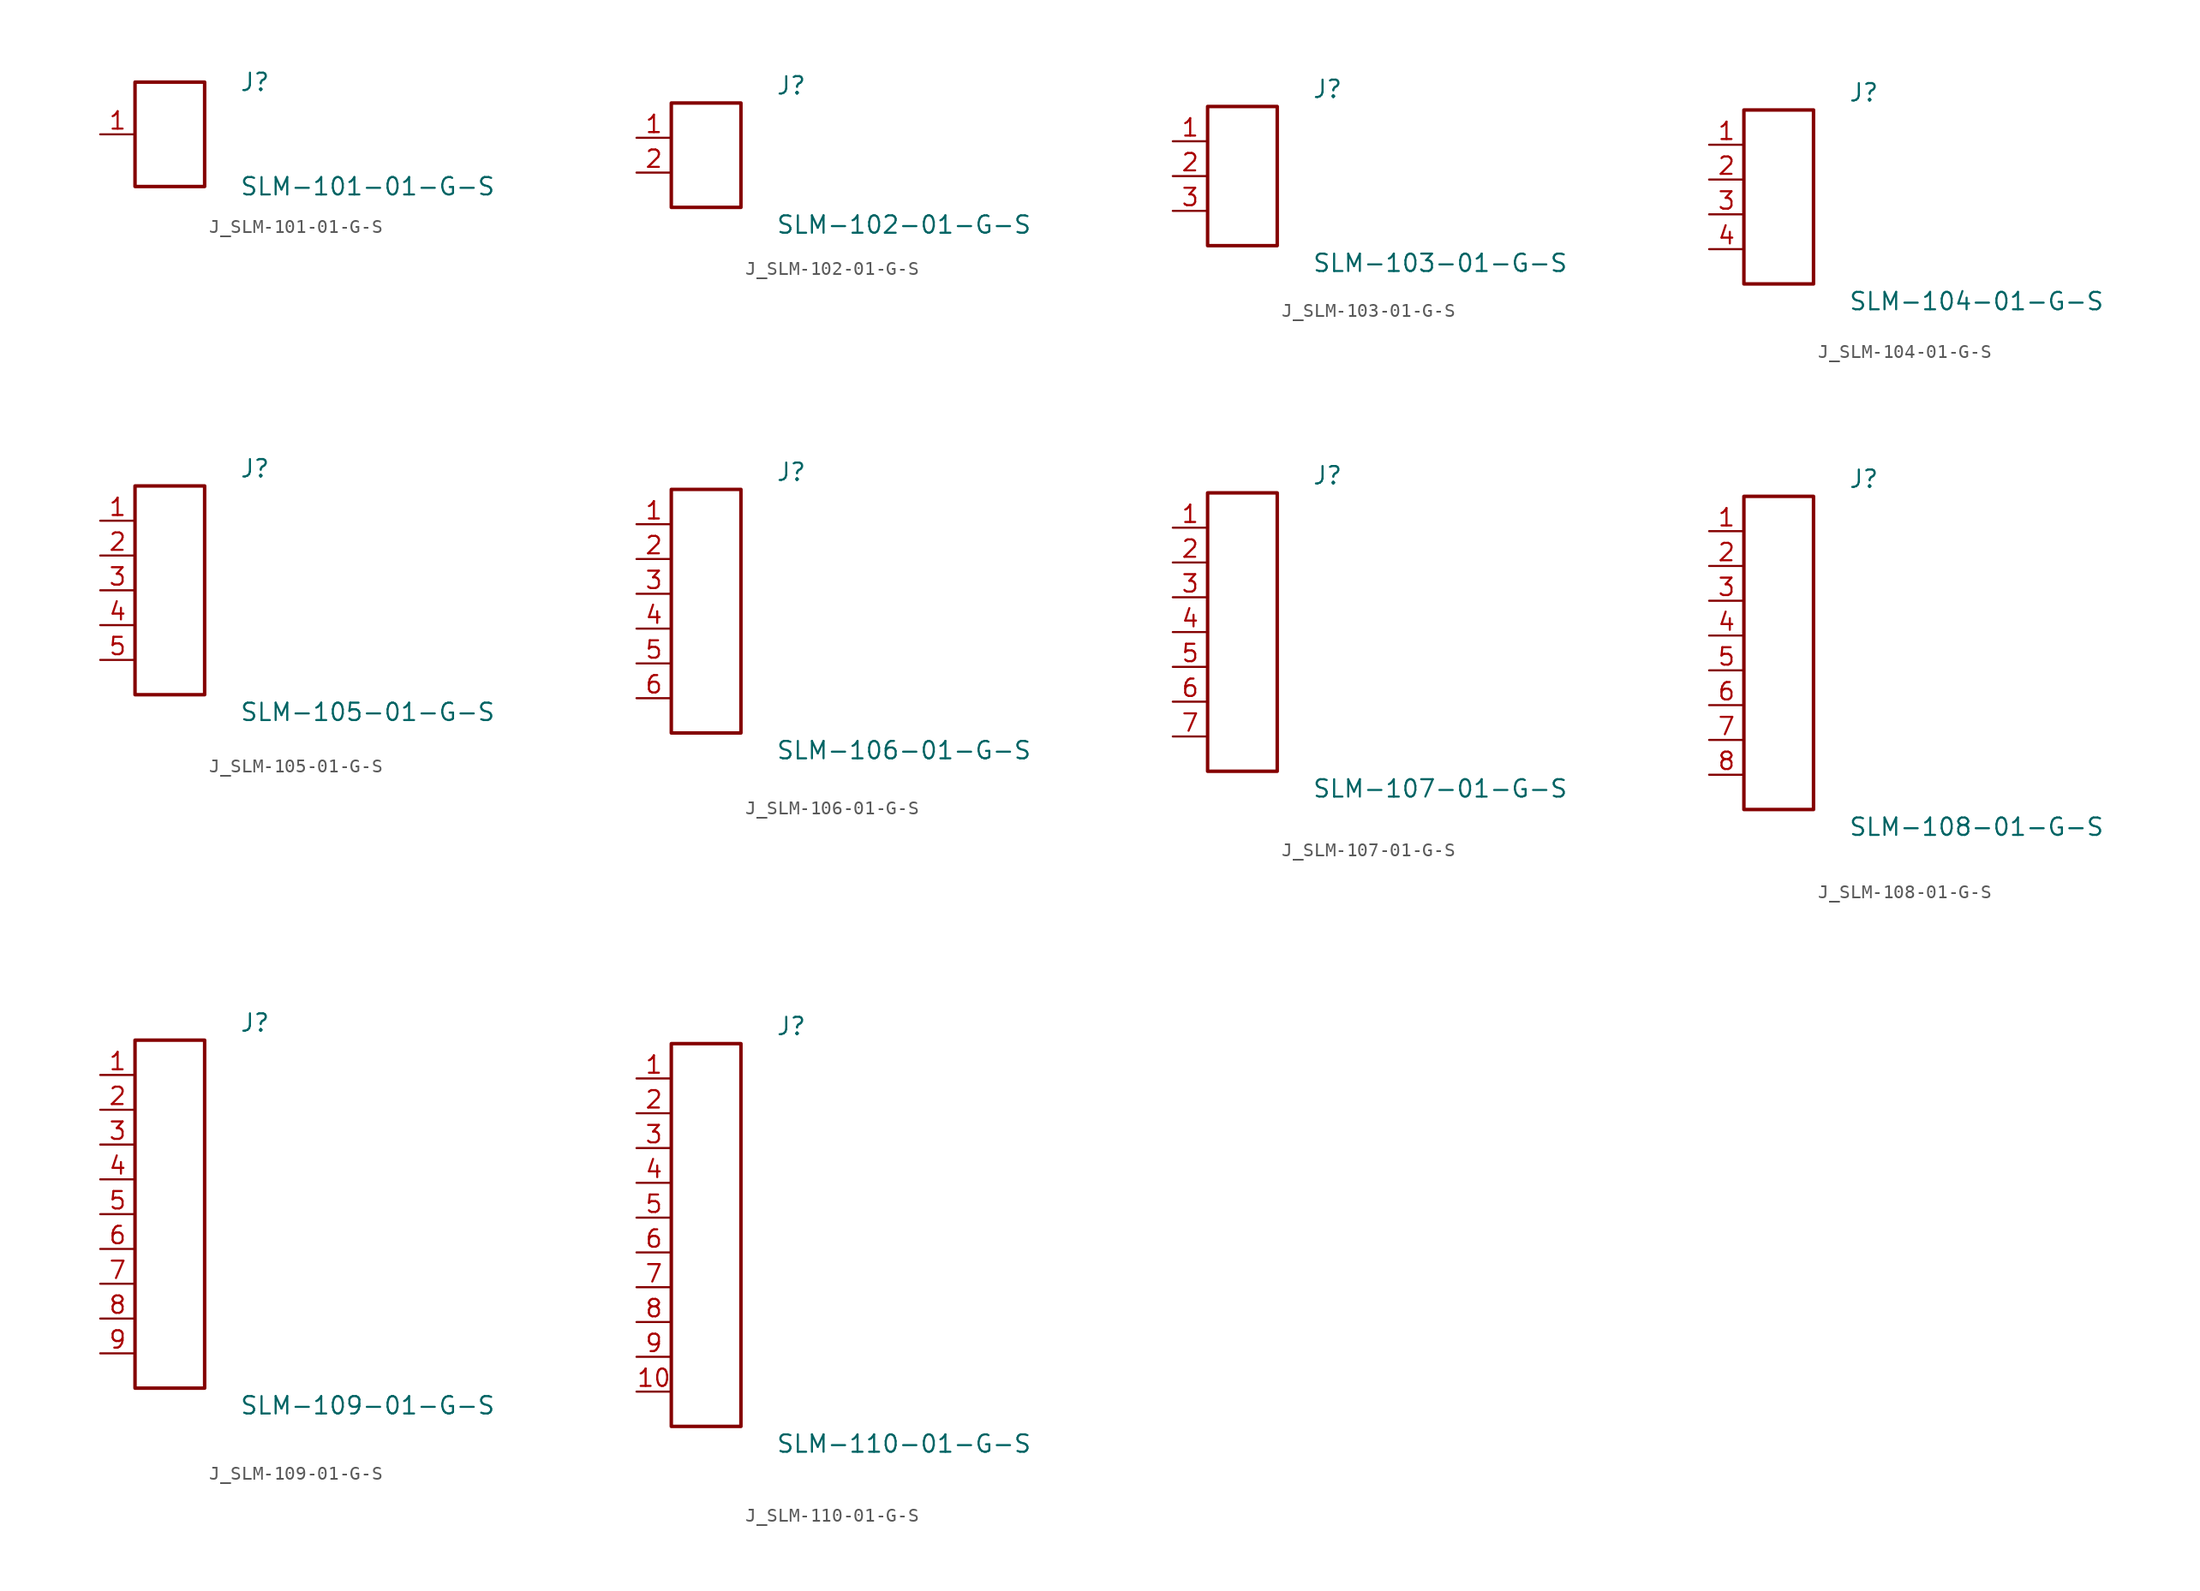
<source format=kicad_sym>
(kicad_symbol_lib
  (version 20231120)
  (generator kicad_symbol_editor)
  (generator_version 8.0)
  (symbol "J_SLM-101-01-G-S"
    (pin_names
      (offset 0.254))
    (property "Reference" "J"
      (at 5.08 3.81 0)
      (effects (font (size 1.27 1.27)) (justify left)))
    (property "Value" "SLM-101-01-G-S"
      (at 5.08 -3.81 0)
      (effects (font (size 1.27 1.27)) (justify left)))
    (symbol "J_SLM-101-01-G-S_0_0"
      (pin passive line (at -5.08 0.0 0) (length 2.54) (name "" (effects (font (size 1.27 1.27)))) (number "1" (effects (font (size 1.27 1.27))))))
    (symbol "J_SLM-101-01-G-S_1_0"
      (rectangle (start -2.54 3.81) (end 2.54 -3.81) (stroke (width 0.254) (type solid)) (fill (type none)))))
  (symbol "J_SLM-102-01-G-S"
    (pin_names
      (offset 0.254))
    (property "Reference" "J"
      (at 5.08 5.08 0)
      (effects (font (size 1.27 1.27)) (justify left)))
    (property "Value" "SLM-102-01-G-S"
      (at 5.08 -5.08 0)
      (effects (font (size 1.27 1.27)) (justify left)))
    (symbol "J_SLM-102-01-G-S_0_0"
      (pin passive line (at -5.08 1.27 0) (length 2.54) (name "" (effects (font (size 1.27 1.27)))) (number "1" (effects (font (size 1.27 1.27)))))
      (pin passive line (at -5.08 -1.27 0) (length 2.54) (name "" (effects (font (size 1.27 1.27)))) (number "2" (effects (font (size 1.27 1.27))))))
    (symbol "J_SLM-102-01-G-S_1_0"
      (rectangle (start -2.54 3.81) (end 2.54 -3.81) (stroke (width 0.254) (type solid)) (fill (type none)))))
  (symbol "J_SLM-103-01-G-S"
    (pin_names
      (offset 0.254))
    (property "Reference" "J"
      (at 5.08 6.35 0)
      (effects (font (size 1.27 1.27)) (justify left)))
    (property "Value" "SLM-103-01-G-S"
      (at 5.08 -6.35 0)
      (effects (font (size 1.27 1.27)) (justify left)))
    (symbol "J_SLM-103-01-G-S_0_0"
      (pin passive line (at -5.08 2.54 0) (length 2.54) (name "" (effects (font (size 1.27 1.27)))) (number "1" (effects (font (size 1.27 1.27)))))
      (pin passive line (at -5.08 0.0 0) (length 2.54) (name "" (effects (font (size 1.27 1.27)))) (number "2" (effects (font (size 1.27 1.27)))))
      (pin passive line (at -5.08 -2.54 0) (length 2.54) (name "" (effects (font (size 1.27 1.27)))) (number "3" (effects (font (size 1.27 1.27))))))
    (symbol "J_SLM-103-01-G-S_1_0"
      (rectangle (start -2.54 5.08) (end 2.54 -5.08) (stroke (width 0.254) (type solid)) (fill (type none)))))
  (symbol "J_SLM-104-01-G-S"
    (pin_names
      (offset 0.254))
    (property "Reference" "J"
      (at 5.08 7.62 0)
      (effects (font (size 1.27 1.27)) (justify left)))
    (property "Value" "SLM-104-01-G-S"
      (at 5.08 -7.62 0)
      (effects (font (size 1.27 1.27)) (justify left)))
    (symbol "J_SLM-104-01-G-S_0_0"
      (pin passive line (at -5.08 3.81 0) (length 2.54) (name "" (effects (font (size 1.27 1.27)))) (number "1" (effects (font (size 1.27 1.27)))))
      (pin passive line (at -5.08 1.27 0) (length 2.54) (name "" (effects (font (size 1.27 1.27)))) (number "2" (effects (font (size 1.27 1.27)))))
      (pin passive line (at -5.08 -1.27 0) (length 2.54) (name "" (effects (font (size 1.27 1.27)))) (number "3" (effects (font (size 1.27 1.27)))))
      (pin passive line (at -5.08 -3.81 0) (length 2.54) (name "" (effects (font (size 1.27 1.27)))) (number "4" (effects (font (size 1.27 1.27))))))
    (symbol "J_SLM-104-01-G-S_1_0"
      (rectangle (start -2.54 6.35) (end 2.54 -6.35) (stroke (width 0.254) (type solid)) (fill (type none)))))
  (symbol "J_SLM-105-01-G-S"
    (pin_names
      (offset 0.254))
    (property "Reference" "J"
      (at 5.08 8.89 0)
      (effects (font (size 1.27 1.27)) (justify left)))
    (property "Value" "SLM-105-01-G-S"
      (at 5.08 -8.89 0)
      (effects (font (size 1.27 1.27)) (justify left)))
    (symbol "J_SLM-105-01-G-S_0_0"
      (pin passive line (at -5.08 5.08 0) (length 2.54) (name "" (effects (font (size 1.27 1.27)))) (number "1" (effects (font (size 1.27 1.27)))))
      (pin passive line (at -5.08 2.54 0) (length 2.54) (name "" (effects (font (size 1.27 1.27)))) (number "2" (effects (font (size 1.27 1.27)))))
      (pin passive line (at -5.08 0.0 0) (length 2.54) (name "" (effects (font (size 1.27 1.27)))) (number "3" (effects (font (size 1.27 1.27)))))
      (pin passive line (at -5.08 -2.54 0) (length 2.54) (name "" (effects (font (size 1.27 1.27)))) (number "4" (effects (font (size 1.27 1.27)))))
      (pin passive line (at -5.08 -5.08 0) (length 2.54) (name "" (effects (font (size 1.27 1.27)))) (number "5" (effects (font (size 1.27 1.27))))))
    (symbol "J_SLM-105-01-G-S_1_0"
      (rectangle (start -2.54 7.62) (end 2.54 -7.62) (stroke (width 0.254) (type solid)) (fill (type none)))))
  (symbol "J_SLM-106-01-G-S"
    (pin_names
      (offset 0.254))
    (property "Reference" "J"
      (at 5.08 10.16 0)
      (effects (font (size 1.27 1.27)) (justify left)))
    (property "Value" "SLM-106-01-G-S"
      (at 5.08 -10.16 0)
      (effects (font (size 1.27 1.27)) (justify left)))
    (symbol "J_SLM-106-01-G-S_0_0"
      (pin passive line (at -5.08 6.35 0) (length 2.54) (name "" (effects (font (size 1.27 1.27)))) (number "1" (effects (font (size 1.27 1.27)))))
      (pin passive line (at -5.08 3.81 0) (length 2.54) (name "" (effects (font (size 1.27 1.27)))) (number "2" (effects (font (size 1.27 1.27)))))
      (pin passive line (at -5.08 1.27 0) (length 2.54) (name "" (effects (font (size 1.27 1.27)))) (number "3" (effects (font (size 1.27 1.27)))))
      (pin passive line (at -5.08 -1.27 0) (length 2.54) (name "" (effects (font (size 1.27 1.27)))) (number "4" (effects (font (size 1.27 1.27)))))
      (pin passive line (at -5.08 -3.81 0) (length 2.54) (name "" (effects (font (size 1.27 1.27)))) (number "5" (effects (font (size 1.27 1.27)))))
      (pin passive line (at -5.08 -6.35 0) (length 2.54) (name "" (effects (font (size 1.27 1.27)))) (number "6" (effects (font (size 1.27 1.27))))))
    (symbol "J_SLM-106-01-G-S_1_0"
      (rectangle (start -2.54 8.89) (end 2.54 -8.89) (stroke (width 0.254) (type solid)) (fill (type none)))))
  (symbol "J_SLM-107-01-G-S"
    (pin_names
      (offset 0.254))
    (property "Reference" "J"
      (at 5.08 11.43 0)
      (effects (font (size 1.27 1.27)) (justify left)))
    (property "Value" "SLM-107-01-G-S"
      (at 5.08 -11.43 0)
      (effects (font (size 1.27 1.27)) (justify left)))
    (symbol "J_SLM-107-01-G-S_0_0"
      (pin passive line (at -5.08 7.62 0) (length 2.54) (name "" (effects (font (size 1.27 1.27)))) (number "1" (effects (font (size 1.27 1.27)))))
      (pin passive line (at -5.08 5.08 0) (length 2.54) (name "" (effects (font (size 1.27 1.27)))) (number "2" (effects (font (size 1.27 1.27)))))
      (pin passive line (at -5.08 2.54 0) (length 2.54) (name "" (effects (font (size 1.27 1.27)))) (number "3" (effects (font (size 1.27 1.27)))))
      (pin passive line (at -5.08 0.0 0) (length 2.54) (name "" (effects (font (size 1.27 1.27)))) (number "4" (effects (font (size 1.27 1.27)))))
      (pin passive line (at -5.08 -2.54 0) (length 2.54) (name "" (effects (font (size 1.27 1.27)))) (number "5" (effects (font (size 1.27 1.27)))))
      (pin passive line (at -5.08 -5.08 0) (length 2.54) (name "" (effects (font (size 1.27 1.27)))) (number "6" (effects (font (size 1.27 1.27)))))
      (pin passive line (at -5.08 -7.62 0) (length 2.54) (name "" (effects (font (size 1.27 1.27)))) (number "7" (effects (font (size 1.27 1.27))))))
    (symbol "J_SLM-107-01-G-S_1_0"
      (rectangle (start -2.54 10.16) (end 2.54 -10.16) (stroke (width 0.254) (type solid)) (fill (type none)))))
  (symbol "J_SLM-108-01-G-S"
    (pin_names
      (offset 0.254))
    (property "Reference" "J"
      (at 5.08 12.7 0)
      (effects (font (size 1.27 1.27)) (justify left)))
    (property "Value" "SLM-108-01-G-S"
      (at 5.08 -12.7 0)
      (effects (font (size 1.27 1.27)) (justify left)))
    (symbol "J_SLM-108-01-G-S_0_0"
      (pin passive line (at -5.08 8.89 0) (length 2.54) (name "" (effects (font (size 1.27 1.27)))) (number "1" (effects (font (size 1.27 1.27)))))
      (pin passive line (at -5.08 6.35 0) (length 2.54) (name "" (effects (font (size 1.27 1.27)))) (number "2" (effects (font (size 1.27 1.27)))))
      (pin passive line (at -5.08 3.81 0) (length 2.54) (name "" (effects (font (size 1.27 1.27)))) (number "3" (effects (font (size 1.27 1.27)))))
      (pin passive line (at -5.08 1.27 0) (length 2.54) (name "" (effects (font (size 1.27 1.27)))) (number "4" (effects (font (size 1.27 1.27)))))
      (pin passive line (at -5.08 -1.27 0) (length 2.54) (name "" (effects (font (size 1.27 1.27)))) (number "5" (effects (font (size 1.27 1.27)))))
      (pin passive line (at -5.08 -3.81 0) (length 2.54) (name "" (effects (font (size 1.27 1.27)))) (number "6" (effects (font (size 1.27 1.27)))))
      (pin passive line (at -5.08 -6.35 0) (length 2.54) (name "" (effects (font (size 1.27 1.27)))) (number "7" (effects (font (size 1.27 1.27)))))
      (pin passive line (at -5.08 -8.89 0) (length 2.54) (name "" (effects (font (size 1.27 1.27)))) (number "8" (effects (font (size 1.27 1.27))))))
    (symbol "J_SLM-108-01-G-S_1_0"
      (rectangle (start -2.54 11.43) (end 2.54 -11.43) (stroke (width 0.254) (type solid)) (fill (type none)))))
  (symbol "J_SLM-109-01-G-S"
    (pin_names
      (offset 0.254))
    (property "Reference" "J"
      (at 5.08 13.97 0)
      (effects (font (size 1.27 1.27)) (justify left)))
    (property "Value" "SLM-109-01-G-S"
      (at 5.08 -13.97 0)
      (effects (font (size 1.27 1.27)) (justify left)))
    (symbol "J_SLM-109-01-G-S_0_0"
      (pin passive line (at -5.08 10.16 0) (length 2.54) (name "" (effects (font (size 1.27 1.27)))) (number "1" (effects (font (size 1.27 1.27)))))
      (pin passive line (at -5.08 7.62 0) (length 2.54) (name "" (effects (font (size 1.27 1.27)))) (number "2" (effects (font (size 1.27 1.27)))))
      (pin passive line (at -5.08 5.08 0) (length 2.54) (name "" (effects (font (size 1.27 1.27)))) (number "3" (effects (font (size 1.27 1.27)))))
      (pin passive line (at -5.08 2.54 0) (length 2.54) (name "" (effects (font (size 1.27 1.27)))) (number "4" (effects (font (size 1.27 1.27)))))
      (pin passive line (at -5.08 0.0 0) (length 2.54) (name "" (effects (font (size 1.27 1.27)))) (number "5" (effects (font (size 1.27 1.27)))))
      (pin passive line (at -5.08 -2.54 0) (length 2.54) (name "" (effects (font (size 1.27 1.27)))) (number "6" (effects (font (size 1.27 1.27)))))
      (pin passive line (at -5.08 -5.08 0) (length 2.54) (name "" (effects (font (size 1.27 1.27)))) (number "7" (effects (font (size 1.27 1.27)))))
      (pin passive line (at -5.08 -7.62 0) (length 2.54) (name "" (effects (font (size 1.27 1.27)))) (number "8" (effects (font (size 1.27 1.27)))))
      (pin passive line (at -5.08 -10.16 0) (length 2.54) (name "" (effects (font (size 1.27 1.27)))) (number "9" (effects (font (size 1.27 1.27))))))
    (symbol "J_SLM-109-01-G-S_1_0"
      (rectangle (start -2.54 12.7) (end 2.54 -12.7) (stroke (width 0.254) (type solid)) (fill (type none)))))
  (symbol "J_SLM-110-01-G-S"
    (pin_names
      (offset 0.254))
    (property "Reference" "J"
      (at 5.08 15.24 0)
      (effects (font (size 1.27 1.27)) (justify left)))
    (property "Value" "SLM-110-01-G-S"
      (at 5.08 -15.24 0)
      (effects (font (size 1.27 1.27)) (justify left)))
    (symbol "J_SLM-110-01-G-S_0_0"
      (pin passive line (at -5.08 11.43 0) (length 2.54) (name "" (effects (font (size 1.27 1.27)))) (number "1" (effects (font (size 1.27 1.27)))))
      (pin passive line (at -5.08 8.89 0) (length 2.54) (name "" (effects (font (size 1.27 1.27)))) (number "2" (effects (font (size 1.27 1.27)))))
      (pin passive line (at -5.08 6.35 0) (length 2.54) (name "" (effects (font (size 1.27 1.27)))) (number "3" (effects (font (size 1.27 1.27)))))
      (pin passive line (at -5.08 3.81 0) (length 2.54) (name "" (effects (font (size 1.27 1.27)))) (number "4" (effects (font (size 1.27 1.27)))))
      (pin passive line (at -5.08 1.27 0) (length 2.54) (name "" (effects (font (size 1.27 1.27)))) (number "5" (effects (font (size 1.27 1.27)))))
      (pin passive line (at -5.08 -1.27 0) (length 2.54) (name "" (effects (font (size 1.27 1.27)))) (number "6" (effects (font (size 1.27 1.27)))))
      (pin passive line (at -5.08 -3.81 0) (length 2.54) (name "" (effects (font (size 1.27 1.27)))) (number "7" (effects (font (size 1.27 1.27)))))
      (pin passive line (at -5.08 -6.35 0) (length 2.54) (name "" (effects (font (size 1.27 1.27)))) (number "8" (effects (font (size 1.27 1.27)))))
      (pin passive line (at -5.08 -8.89 0) (length 2.54) (name "" (effects (font (size 1.27 1.27)))) (number "9" (effects (font (size 1.27 1.27)))))
      (pin passive line (at -5.08 -11.43 0) (length 2.54) (name "" (effects (font (size 1.27 1.27)))) (number "10" (effects (font (size 1.27 1.27))))))
    (symbol "J_SLM-110-01-G-S_1_0"
      (rectangle (start -2.54 13.97) (end 2.54 -13.97) (stroke (width 0.254) (type solid)) (fill (type none))))))
</source>
